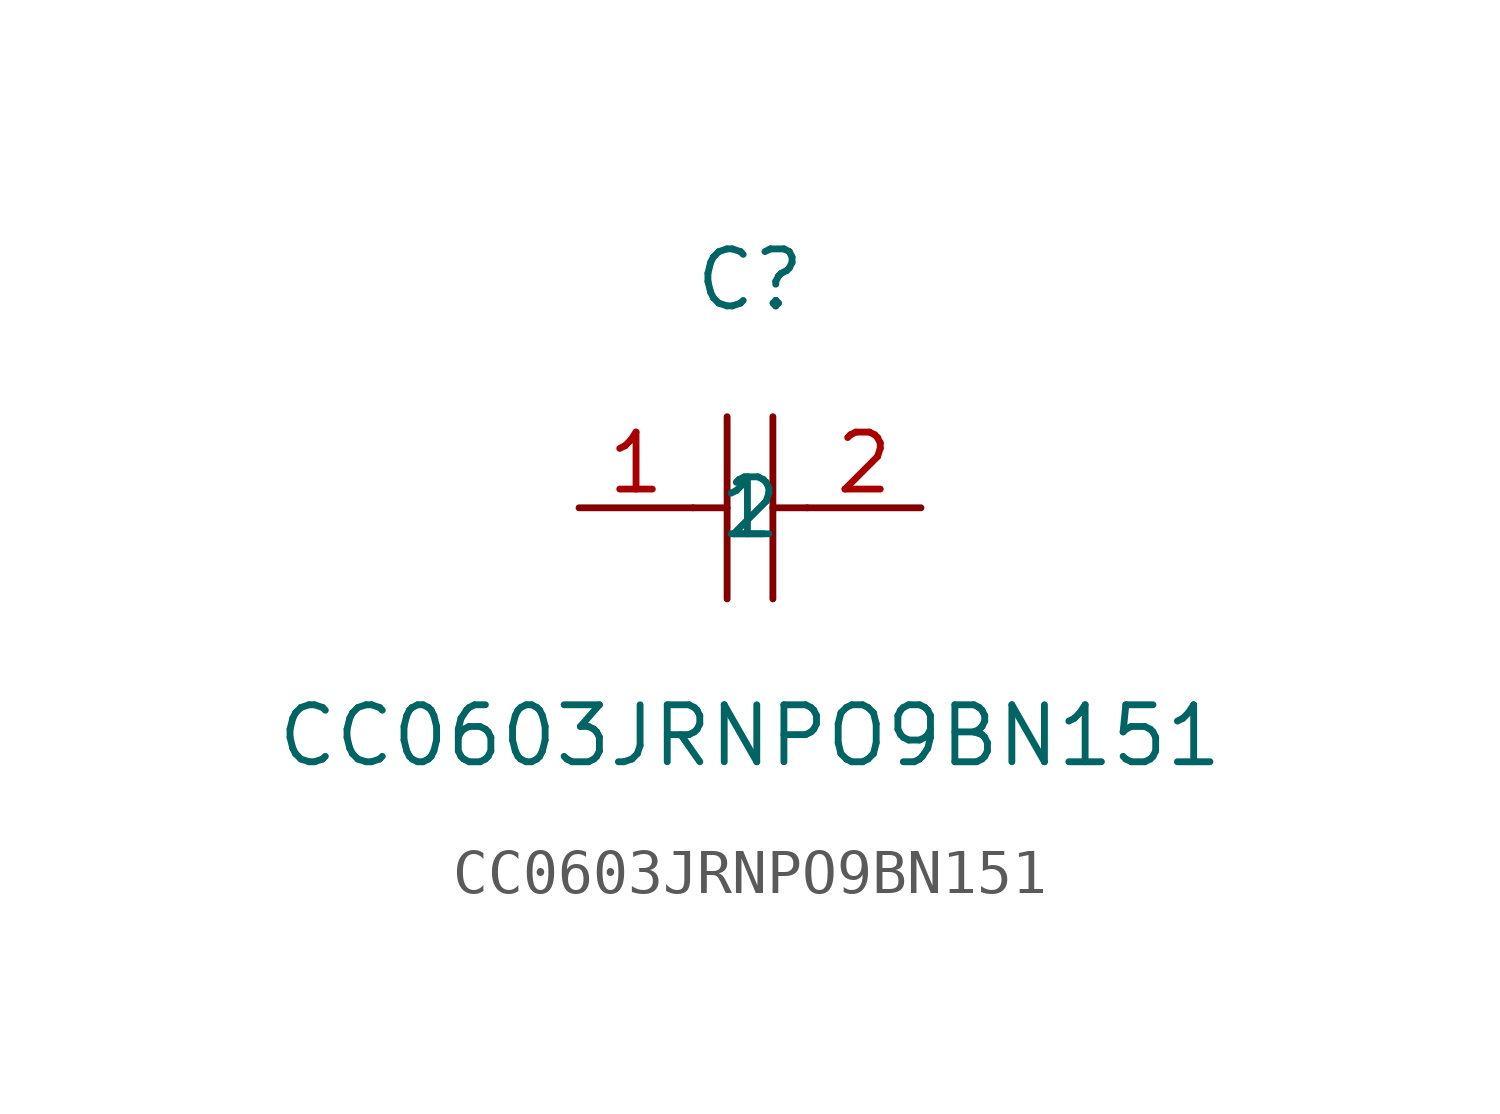
<source format=kicad_sym>
(kicad_symbol_lib
  (version 1)
  (generator "faebryk")
  (symbol "CC0603JRNPO9BN151"
    (property "Reference" "C"
      (at 0 5.08 0)
      (effects (font (size 1.27 1.27)) (hide no)))
    (property "Value" "CC0603JRNPO9BN151"
      (at 0 -5.08 0)
      (effects (font (size 1.27 1.27)) (hide no)))
    (symbol "CC0603JRNPO9BN151_0_1"
      (polyline (stroke (width 0) (type default) (color 0 0 0 0)) (fill (type none)) (pts (xy -0.51 2.03) (xy -0.51 -2.03)))
      (polyline (stroke (width 0) (type default) (color 0 0 0 0)) (fill (type none)) (pts (xy 0.51 2.03) (xy 0.51 -2.03)))
      (polyline (stroke (width 0) (type default) (color 0 0 0 0)) (fill (type none)) (pts (xy -1.27 0) (xy -0.51 0)))
      (polyline (stroke (width 0) (type default) (color 0 0 0 0)) (fill (type none)) (pts (xy 0.51 0) (xy 1.27 0)))
      (pin input line (at -3.81 0 0) (length 2.54) (name "1" (effects (font (size 1.27 1.27)) (hide no))) (number "1" (effects (font (size 1.27 1.27)) (hide no))))
      (pin input line (at 3.81 0 180) (length 2.54) (name "2" (effects (font (size 1.27 1.27)) (hide no))) (number "2" (effects (font (size 1.27 1.27)) (hide no)))))))
</source>
